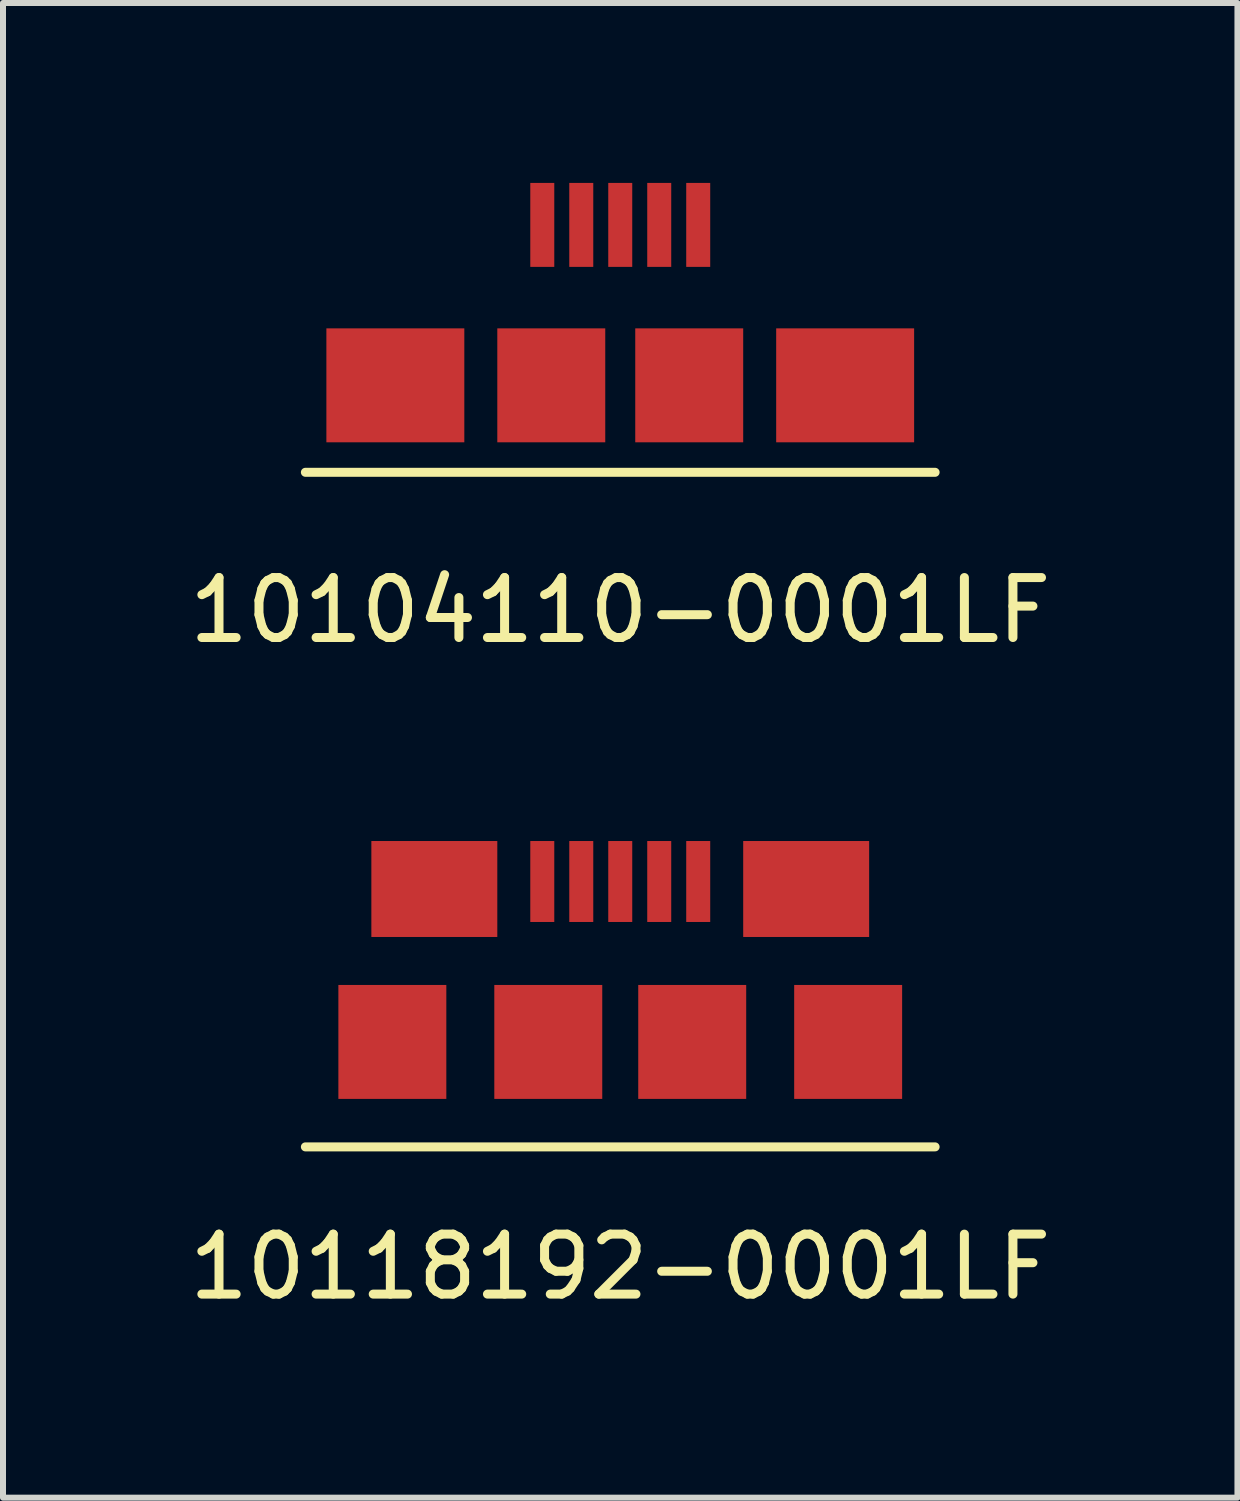
<source format=kicad_pcb>
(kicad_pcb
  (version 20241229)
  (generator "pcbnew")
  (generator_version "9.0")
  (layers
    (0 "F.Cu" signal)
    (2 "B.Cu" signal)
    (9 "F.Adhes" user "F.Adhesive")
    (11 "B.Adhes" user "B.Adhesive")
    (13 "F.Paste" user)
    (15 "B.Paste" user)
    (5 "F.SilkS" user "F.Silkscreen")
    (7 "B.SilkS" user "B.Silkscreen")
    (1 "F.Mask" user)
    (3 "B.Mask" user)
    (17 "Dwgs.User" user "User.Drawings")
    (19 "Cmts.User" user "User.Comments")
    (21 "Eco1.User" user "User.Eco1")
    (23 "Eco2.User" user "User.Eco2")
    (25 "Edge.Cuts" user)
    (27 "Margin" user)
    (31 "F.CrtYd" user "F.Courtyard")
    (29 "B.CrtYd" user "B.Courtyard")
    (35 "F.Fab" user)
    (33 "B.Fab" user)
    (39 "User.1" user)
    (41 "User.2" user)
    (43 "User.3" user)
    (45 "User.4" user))
  (footprint "10104110-0001LF"
    (layer "F.Cu")
    (at 7.292 3.375)
    (property "Reference" "10104110-0001LF" (at 0 3.75 0) (layer "F.SilkS") (effects (font (size 1 1) (thickness 0.15))))
    (attr through_hole)
    (fp_line (start -5.25 1.45) (end 5.25 1.45) (stroke (width 0.15) (type solid)) (layer "F.SilkS"))
    (pad "1" smd rect (at -1.3 -2.675) (size 0.4 1.4) (layers "F.Cu" "F.Mask" "F.Paste"))
    (pad "2" smd rect (at -0.65 -2.675) (size 0.4 1.4) (layers "F.Cu" "F.Mask" "F.Paste"))
    (pad "3" smd rect (at 0 -2.675) (size 0.4 1.4) (layers "F.Cu" "F.Mask" "F.Paste"))
    (pad "4" smd rect (at 0.65 -2.675) (size 0.4 1.4) (layers "F.Cu" "F.Mask" "F.Paste"))
    (pad "5" smd rect (at -3.75 0) (size 2.3 1.9) (layers "F.Cu" "F.Mask" "F.Paste"))
    (pad "5" smd rect (at -1.15 0) (size 1.8 1.9) (layers "F.Cu" "F.Mask" "F.Paste"))
    (pad "5" smd rect (at 1.15 0) (size 1.8 1.9) (layers "F.Cu" "F.Mask" "F.Paste"))
    (pad "5" smd rect (at 1.3 -2.675) (size 0.4 1.4) (layers "F.Cu" "F.Mask" "F.Paste"))
    (pad "5" smd rect (at 3.75 0) (size 2.3 1.9) (layers "F.Cu" "F.Mask" "F.Paste")))
  (footprint "10118192-0001LF"
    (layer "F.Cu")
    (at 7.292 14.323)
    (property "Reference" "10118192-0001LF" (at 0 3.75 0) (layer "F.SilkS") (effects (font (size 1 1) (thickness 0.15))))
    (attr through_hole)
    (fp_line (start -5.25 1.75) (end 5.25 1.75) (stroke (width 0.15) (type solid)) (layer "F.SilkS"))
    (pad "1" smd rect (at -3.8 0) (size 1.8 1.9) (layers "F.Cu" "F.Mask" "F.Paste"))
    (pad "1" smd rect (at -3.1 -2.55) (size 2.1 1.6) (layers "F.Cu" "F.Mask" "F.Paste"))
    (pad "1" smd rect (at -1.2 0) (size 1.8 1.9) (layers "F.Cu" "F.Mask" "F.Paste"))
    (pad "1" smd rect (at 1.2 0) (size 1.8 1.9) (layers "F.Cu" "F.Mask" "F.Paste"))
    (pad "1" smd rect (at 3.1 -2.55) (size 2.1 1.6) (layers "F.Cu" "F.Mask" "F.Paste"))
    (pad "1" smd rect (at 3.8 0) (size 1.8 1.9) (layers "F.Cu" "F.Mask" "F.Paste"))
    (pad "2" smd rect (at -1.3 -2.675) (size 0.4 1.35) (layers "F.Cu" "F.Mask" "F.Paste"))
    (pad "3" smd rect (at -0.65 -2.675) (size 0.4 1.35) (layers "F.Cu" "F.Mask" "F.Paste"))
    (pad "4" smd rect (at 0 -2.675) (size 0.4 1.35) (layers "F.Cu" "F.Mask" "F.Paste"))
    (pad "5" smd rect (at 0.65 -2.675) (size 0.4 1.35) (layers "F.Cu" "F.Mask" "F.Paste"))
    (pad "6" smd rect (at 1.3 -2.675) (size 0.4 1.35) (layers "F.Cu" "F.Mask" "F.Paste")))
  (gr_rect
    (start -3 -3)
    (end 17.583 21.922)
    (stroke (width 0.1) (type default))
    (fill no)
    (layer "Edge.Cuts")))
</source>
